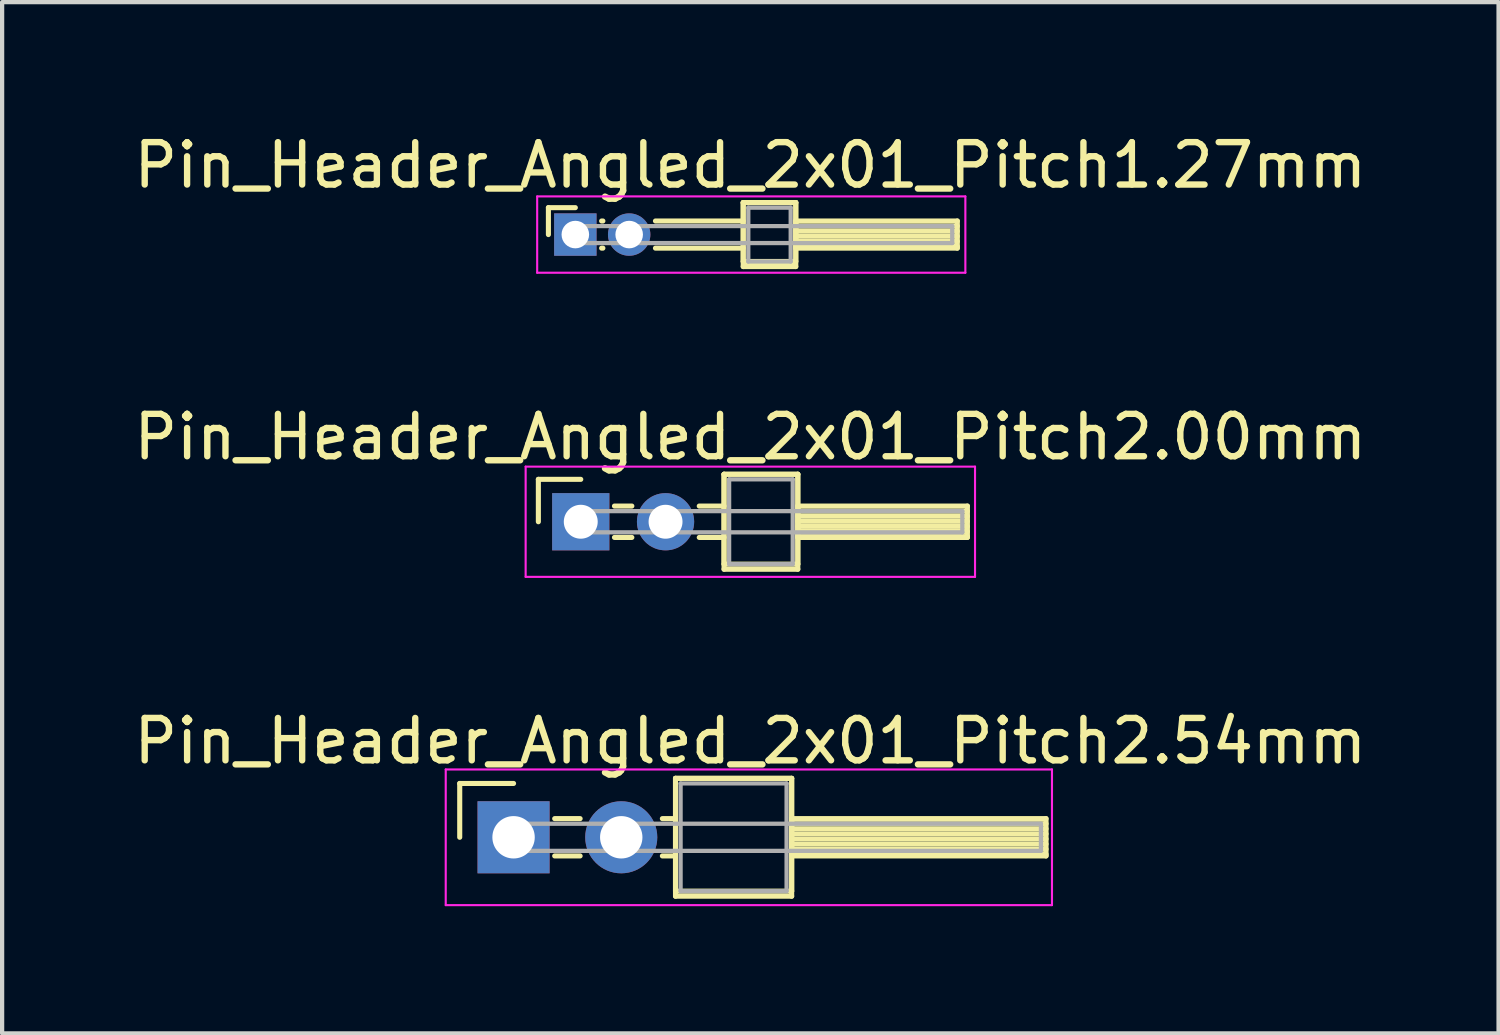
<source format=kicad_pcb>
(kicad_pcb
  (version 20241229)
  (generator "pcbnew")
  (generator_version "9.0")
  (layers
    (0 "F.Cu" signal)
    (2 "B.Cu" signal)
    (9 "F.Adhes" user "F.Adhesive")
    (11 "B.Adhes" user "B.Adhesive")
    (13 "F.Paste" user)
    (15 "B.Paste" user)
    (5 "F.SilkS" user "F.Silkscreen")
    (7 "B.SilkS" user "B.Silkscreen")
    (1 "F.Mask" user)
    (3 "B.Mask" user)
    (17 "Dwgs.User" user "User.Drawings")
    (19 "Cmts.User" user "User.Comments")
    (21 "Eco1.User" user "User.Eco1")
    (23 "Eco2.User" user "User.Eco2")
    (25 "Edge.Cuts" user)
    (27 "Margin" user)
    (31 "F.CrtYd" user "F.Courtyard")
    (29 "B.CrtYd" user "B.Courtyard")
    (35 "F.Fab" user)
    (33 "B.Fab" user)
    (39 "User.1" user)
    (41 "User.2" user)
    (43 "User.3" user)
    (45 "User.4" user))
  (footprint "Pin_Header_Angled_2x01_Pitch2.54mm"
    (layer "F.Cu")
    (at 9.064 16.7)
    (property "Reference" "Pin_Header_Angled_2x01_Pitch2.54mm" (at 5.585 -2.27 0) (layer "F.SilkS") (effects (font (size 1 1) (thickness 0.15))))
    (attr through_hole)
    (fp_line (start -1.27 -1.27) (end 0 -1.27) (stroke (width 0.12) (type solid)) (layer "F.SilkS"))
    (fp_line (start -1.27 0) (end -1.27 -1.27) (stroke (width 0.12) (type solid)) (layer "F.SilkS"))
    (fp_line (start 0.97 -0.44) (end 1.57 -0.44) (stroke (width 0.12) (type solid)) (layer "F.SilkS"))
    (fp_line (start 0.97 0.44) (end 1.57 0.44) (stroke (width 0.12) (type solid)) (layer "F.SilkS"))
    (fp_line (start 3.51 -0.44) (end 3.82 -0.44) (stroke (width 0.12) (type solid)) (layer "F.SilkS"))
    (fp_line (start 3.51 0.44) (end 3.82 0.44) (stroke (width 0.12) (type solid)) (layer "F.SilkS"))
    (fp_line (start 3.82 -1.39) (end 3.82 1.27) (stroke (width 0.12) (type solid)) (layer "F.SilkS"))
    (fp_line (start 3.82 -1.39) (end 3.82 1.39) (stroke (width 0.12) (type solid)) (layer "F.SilkS"))
    (fp_line (start 3.82 1.27) (end 6.56 1.27) (stroke (width 0.12) (type solid)) (layer "F.SilkS"))
    (fp_line (start 3.82 1.39) (end 6.56 1.39) (stroke (width 0.12) (type solid)) (layer "F.SilkS"))
    (fp_line (start 6.56 -1.39) (end 3.82 -1.39) (stroke (width 0.12) (type solid)) (layer "F.SilkS"))
    (fp_line (start 6.56 -1.39) (end 3.82 -1.39) (stroke (width 0.12) (type solid)) (layer "F.SilkS"))
    (fp_line (start 6.56 -0.44) (end 6.56 0.44) (stroke (width 0.12) (type solid)) (layer "F.SilkS"))
    (fp_line (start 6.56 -0.32) (end 12.56 -0.32) (stroke (width 0.12) (type solid)) (layer "F.SilkS"))
    (fp_line (start 6.56 -0.2) (end 12.56 -0.2) (stroke (width 0.12) (type solid)) (layer "F.SilkS"))
    (fp_line (start 6.56 -0.08) (end 12.56 -0.08) (stroke (width 0.12) (type solid)) (layer "F.SilkS"))
    (fp_line (start 6.56 0.04) (end 12.56 0.04) (stroke (width 0.12) (type solid)) (layer "F.SilkS"))
    (fp_line (start 6.56 0.16) (end 12.56 0.16) (stroke (width 0.12) (type solid)) (layer "F.SilkS"))
    (fp_line (start 6.56 0.28) (end 12.56 0.28) (stroke (width 0.12) (type solid)) (layer "F.SilkS"))
    (fp_line (start 6.56 0.4) (end 12.56 0.4) (stroke (width 0.12) (type solid)) (layer "F.SilkS"))
    (fp_line (start 6.56 0.44) (end 12.56 0.44) (stroke (width 0.12) (type solid)) (layer "F.SilkS"))
    (fp_line (start 6.56 1.27) (end 6.56 -1.39) (stroke (width 0.12) (type solid)) (layer "F.SilkS"))
    (fp_line (start 6.56 1.39) (end 6.56 -1.39) (stroke (width 0.12) (type solid)) (layer "F.SilkS"))
    (fp_line (start 12.56 -0.44) (end 6.56 -0.44) (stroke (width 0.12) (type solid)) (layer "F.SilkS"))
    (fp_line (start 12.56 0.44) (end 12.56 -0.44) (stroke (width 0.12) (type solid)) (layer "F.SilkS"))
    (fp_line (start -1.6 -1.6) (end -1.6 1.6) (stroke (width 0.05) (type solid)) (layer "F.CrtYd"))
    (fp_line (start -1.6 1.6) (end 12.7 1.6) (stroke (width 0.05) (type solid)) (layer "F.CrtYd"))
    (fp_line (start 12.7 -1.6) (end -1.6 -1.6) (stroke (width 0.05) (type solid)) (layer "F.CrtYd"))
    (fp_line (start 12.7 1.6) (end 12.7 -1.6) (stroke (width 0.05) (type solid)) (layer "F.CrtYd"))
    (fp_line (start 0 -0.32) (end 0 0.32) (stroke (width 0.1) (type solid)) (layer "F.Fab"))
    (fp_line (start 0 0.32) (end 12.44 0.32) (stroke (width 0.1) (type solid)) (layer "F.Fab"))
    (fp_line (start 3.94 -1.27) (end 3.94 1.27) (stroke (width 0.1) (type solid)) (layer "F.Fab"))
    (fp_line (start 3.94 1.27) (end 6.44 1.27) (stroke (width 0.1) (type solid)) (layer "F.Fab"))
    (fp_line (start 6.44 -1.27) (end 3.94 -1.27) (stroke (width 0.1) (type solid)) (layer "F.Fab"))
    (fp_line (start 6.44 1.27) (end 6.44 -1.27) (stroke (width 0.1) (type solid)) (layer "F.Fab"))
    (fp_line (start 12.44 -0.32) (end 0 -0.32) (stroke (width 0.1) (type solid)) (layer "F.Fab"))
    (fp_line (start 12.44 0.32) (end 12.44 -0.32) (stroke (width 0.1) (type solid)) (layer "F.Fab"))
    (pad "1" thru_hole rect (at 0 0) (size 1.7 1.7) (drill 1) (layers "*.Cu" "*.Mask"))
    (pad "2" thru_hole oval (at 2.54 0) (size 1.7 1.7) (drill 1) (layers "*.Cu" "*.Mask")))
  (footprint "Pin_Header_Angled_2x01_Pitch1.27mm"
    (layer "F.Cu")
    (at 10.521 2.483)
    (property "Reference" "Pin_Header_Angled_2x01_Pitch1.27mm" (at 4.128 -1.635 0) (layer "F.SilkS") (effects (font (size 1 1) (thickness 0.15))))
    (attr through_hole)
    (fp_line (start -0.635 -0.635) (end 0 -0.635) (stroke (width 0.12) (type solid)) (layer "F.SilkS"))
    (fp_line (start -0.635 0) (end -0.635 -0.635) (stroke (width 0.12) (type solid)) (layer "F.SilkS"))
    (fp_line (start 0.62 -0.32) (end 0.65 -0.32) (stroke (width 0.12) (type solid)) (layer "F.SilkS"))
    (fp_line (start 0.62 0.32) (end 0.65 0.32) (stroke (width 0.12) (type solid)) (layer "F.SilkS"))
    (fp_line (start 1.89 -0.32) (end 3.96 -0.32) (stroke (width 0.12) (type solid)) (layer "F.SilkS"))
    (fp_line (start 1.89 0.32) (end 3.96 0.32) (stroke (width 0.12) (type solid)) (layer "F.SilkS"))
    (fp_line (start 3.96 -0.755) (end 3.96 0.635) (stroke (width 0.12) (type solid)) (layer "F.SilkS"))
    (fp_line (start 3.96 -0.755) (end 3.96 0.755) (stroke (width 0.12) (type solid)) (layer "F.SilkS"))
    (fp_line (start 3.96 0.635) (end 5.2 0.635) (stroke (width 0.12) (type solid)) (layer "F.SilkS"))
    (fp_line (start 3.96 0.755) (end 5.2 0.755) (stroke (width 0.12) (type solid)) (layer "F.SilkS"))
    (fp_line (start 5.2 -0.755) (end 3.96 -0.755) (stroke (width 0.12) (type solid)) (layer "F.SilkS"))
    (fp_line (start 5.2 -0.755) (end 3.96 -0.755) (stroke (width 0.12) (type solid)) (layer "F.SilkS"))
    (fp_line (start 5.2 -0.32) (end 5.2 0.32) (stroke (width 0.12) (type solid)) (layer "F.SilkS"))
    (fp_line (start 5.2 -0.2) (end 9.01 -0.2) (stroke (width 0.12) (type solid)) (layer "F.SilkS"))
    (fp_line (start 5.2 -0.08) (end 9.01 -0.08) (stroke (width 0.12) (type solid)) (layer "F.SilkS"))
    (fp_line (start 5.2 0.04) (end 9.01 0.04) (stroke (width 0.12) (type solid)) (layer "F.SilkS"))
    (fp_line (start 5.2 0.16) (end 9.01 0.16) (stroke (width 0.12) (type solid)) (layer "F.SilkS"))
    (fp_line (start 5.2 0.28) (end 9.01 0.28) (stroke (width 0.12) (type solid)) (layer "F.SilkS"))
    (fp_line (start 5.2 0.32) (end 9.01 0.32) (stroke (width 0.12) (type solid)) (layer "F.SilkS"))
    (fp_line (start 5.2 0.635) (end 5.2 -0.755) (stroke (width 0.12) (type solid)) (layer "F.SilkS"))
    (fp_line (start 5.2 0.755) (end 5.2 -0.755) (stroke (width 0.12) (type solid)) (layer "F.SilkS"))
    (fp_line (start 9.01 -0.32) (end 5.2 -0.32) (stroke (width 0.12) (type solid)) (layer "F.SilkS"))
    (fp_line (start 9.01 0.32) (end 9.01 -0.32) (stroke (width 0.12) (type solid)) (layer "F.SilkS"))
    (fp_line (start -0.9 -0.9) (end -0.9 0.9) (stroke (width 0.05) (type solid)) (layer "F.CrtYd"))
    (fp_line (start -0.9 0.9) (end 9.2 0.9) (stroke (width 0.05) (type solid)) (layer "F.CrtYd"))
    (fp_line (start 9.2 -0.9) (end -0.9 -0.9) (stroke (width 0.05) (type solid)) (layer "F.CrtYd"))
    (fp_line (start 9.2 0.9) (end 9.2 -0.9) (stroke (width 0.05) (type solid)) (layer "F.CrtYd"))
    (fp_line (start 0 -0.2) (end 0 0.2) (stroke (width 0.1) (type solid)) (layer "F.Fab"))
    (fp_line (start 0 0.2) (end 8.89 0.2) (stroke (width 0.1) (type solid)) (layer "F.Fab"))
    (fp_line (start 4.08 -0.635) (end 4.08 0.635) (stroke (width 0.1) (type solid)) (layer "F.Fab"))
    (fp_line (start 4.08 0.635) (end 5.08 0.635) (stroke (width 0.1) (type solid)) (layer "F.Fab"))
    (fp_line (start 5.08 -0.635) (end 4.08 -0.635) (stroke (width 0.1) (type solid)) (layer "F.Fab"))
    (fp_line (start 5.08 0.635) (end 5.08 -0.635) (stroke (width 0.1) (type solid)) (layer "F.Fab"))
    (fp_line (start 8.89 -0.2) (end 0 -0.2) (stroke (width 0.1) (type solid)) (layer "F.Fab"))
    (fp_line (start 8.89 0.2) (end 8.89 -0.2) (stroke (width 0.1) (type solid)) (layer "F.Fab"))
    (pad "1" thru_hole rect (at 0 0) (size 1 1) (drill 0.65) (layers "*.Cu" "*.Mask"))
    (pad "2" thru_hole oval (at 1.27 0) (size 1 1) (drill 0.65) (layers "*.Cu" "*.Mask")))
  (footprint "Pin_Header_Angled_2x01_Pitch2.00mm"
    (layer "F.Cu")
    (at 10.649 9.257)
    (property "Reference" "Pin_Header_Angled_2x01_Pitch2.00mm" (at 4 -2 0) (layer "F.SilkS") (effects (font (size 1 1) (thickness 0.15))))
    (attr through_hole)
    (fp_line (start -1 -1) (end 0 -1) (stroke (width 0.12) (type solid)) (layer "F.SilkS"))
    (fp_line (start -1 0) (end -1 -1) (stroke (width 0.12) (type solid)) (layer "F.SilkS"))
    (fp_line (start 0.795 -0.37) (end 1.205 -0.37) (stroke (width 0.12) (type solid)) (layer "F.SilkS"))
    (fp_line (start 0.795 0.37) (end 1.205 0.37) (stroke (width 0.12) (type solid)) (layer "F.SilkS"))
    (fp_line (start 2.795 -0.37) (end 3.38 -0.37) (stroke (width 0.12) (type solid)) (layer "F.SilkS"))
    (fp_line (start 2.795 0.37) (end 3.38 0.37) (stroke (width 0.12) (type solid)) (layer "F.SilkS"))
    (fp_line (start 3.38 -1.12) (end 3.38 1) (stroke (width 0.12) (type solid)) (layer "F.SilkS"))
    (fp_line (start 3.38 -1.12) (end 3.38 1.12) (stroke (width 0.12) (type solid)) (layer "F.SilkS"))
    (fp_line (start 3.38 1) (end 5.12 1) (stroke (width 0.12) (type solid)) (layer "F.SilkS"))
    (fp_line (start 3.38 1.12) (end 5.12 1.12) (stroke (width 0.12) (type solid)) (layer "F.SilkS"))
    (fp_line (start 5.12 -1.12) (end 3.38 -1.12) (stroke (width 0.12) (type solid)) (layer "F.SilkS"))
    (fp_line (start 5.12 -1.12) (end 3.38 -1.12) (stroke (width 0.12) (type solid)) (layer "F.SilkS"))
    (fp_line (start 5.12 -0.37) (end 5.12 0.37) (stroke (width 0.12) (type solid)) (layer "F.SilkS"))
    (fp_line (start 5.12 -0.25) (end 9.12 -0.25) (stroke (width 0.12) (type solid)) (layer "F.SilkS"))
    (fp_line (start 5.12 -0.13) (end 9.12 -0.13) (stroke (width 0.12) (type solid)) (layer "F.SilkS"))
    (fp_line (start 5.12 -0.01) (end 9.12 -0.01) (stroke (width 0.12) (type solid)) (layer "F.SilkS"))
    (fp_line (start 5.12 0.11) (end 9.12 0.11) (stroke (width 0.12) (type solid)) (layer "F.SilkS"))
    (fp_line (start 5.12 0.23) (end 9.12 0.23) (stroke (width 0.12) (type solid)) (layer "F.SilkS"))
    (fp_line (start 5.12 0.35) (end 9.12 0.35) (stroke (width 0.12) (type solid)) (layer "F.SilkS"))
    (fp_line (start 5.12 0.37) (end 9.12 0.37) (stroke (width 0.12) (type solid)) (layer "F.SilkS"))
    (fp_line (start 5.12 1) (end 5.12 -1.12) (stroke (width 0.12) (type solid)) (layer "F.SilkS"))
    (fp_line (start 5.12 1.12) (end 5.12 -1.12) (stroke (width 0.12) (type solid)) (layer "F.SilkS"))
    (fp_line (start 9.12 -0.37) (end 5.12 -0.37) (stroke (width 0.12) (type solid)) (layer "F.SilkS"))
    (fp_line (start 9.12 0.37) (end 9.12 -0.37) (stroke (width 0.12) (type solid)) (layer "F.SilkS"))
    (fp_line (start -1.3 -1.3) (end -1.3 1.3) (stroke (width 0.05) (type solid)) (layer "F.CrtYd"))
    (fp_line (start -1.3 1.3) (end 9.3 1.3) (stroke (width 0.05) (type solid)) (layer "F.CrtYd"))
    (fp_line (start 9.3 -1.3) (end -1.3 -1.3) (stroke (width 0.05) (type solid)) (layer "F.CrtYd"))
    (fp_line (start 9.3 1.3) (end 9.3 -1.3) (stroke (width 0.05) (type solid)) (layer "F.CrtYd"))
    (fp_line (start 0 -0.25) (end 0 0.25) (stroke (width 0.1) (type solid)) (layer "F.Fab"))
    (fp_line (start 0 0.25) (end 9 0.25) (stroke (width 0.1) (type solid)) (layer "F.Fab"))
    (fp_line (start 3.5 -1) (end 3.5 1) (stroke (width 0.1) (type solid)) (layer "F.Fab"))
    (fp_line (start 3.5 1) (end 5 1) (stroke (width 0.1) (type solid)) (layer "F.Fab"))
    (fp_line (start 5 -1) (end 3.5 -1) (stroke (width 0.1) (type solid)) (layer "F.Fab"))
    (fp_line (start 5 1) (end 5 -1) (stroke (width 0.1) (type solid)) (layer "F.Fab"))
    (fp_line (start 9 -0.25) (end 0 -0.25) (stroke (width 0.1) (type solid)) (layer "F.Fab"))
    (fp_line (start 9 0.25) (end 9 -0.25) (stroke (width 0.1) (type solid)) (layer "F.Fab"))
    (pad "1" thru_hole rect (at 0 0) (size 1.35 1.35) (drill 0.8) (layers "*.Cu" "*.Mask"))
    (pad "2" thru_hole oval (at 2 0) (size 1.35 1.35) (drill 0.8) (layers "*.Cu" "*.Mask")))
  (gr_rect
    (start -3 -3)
    (end 32.298 21.325)
    (stroke (width 0.1) (type default))
    (fill no)
    (layer "Edge.Cuts")))
</source>
